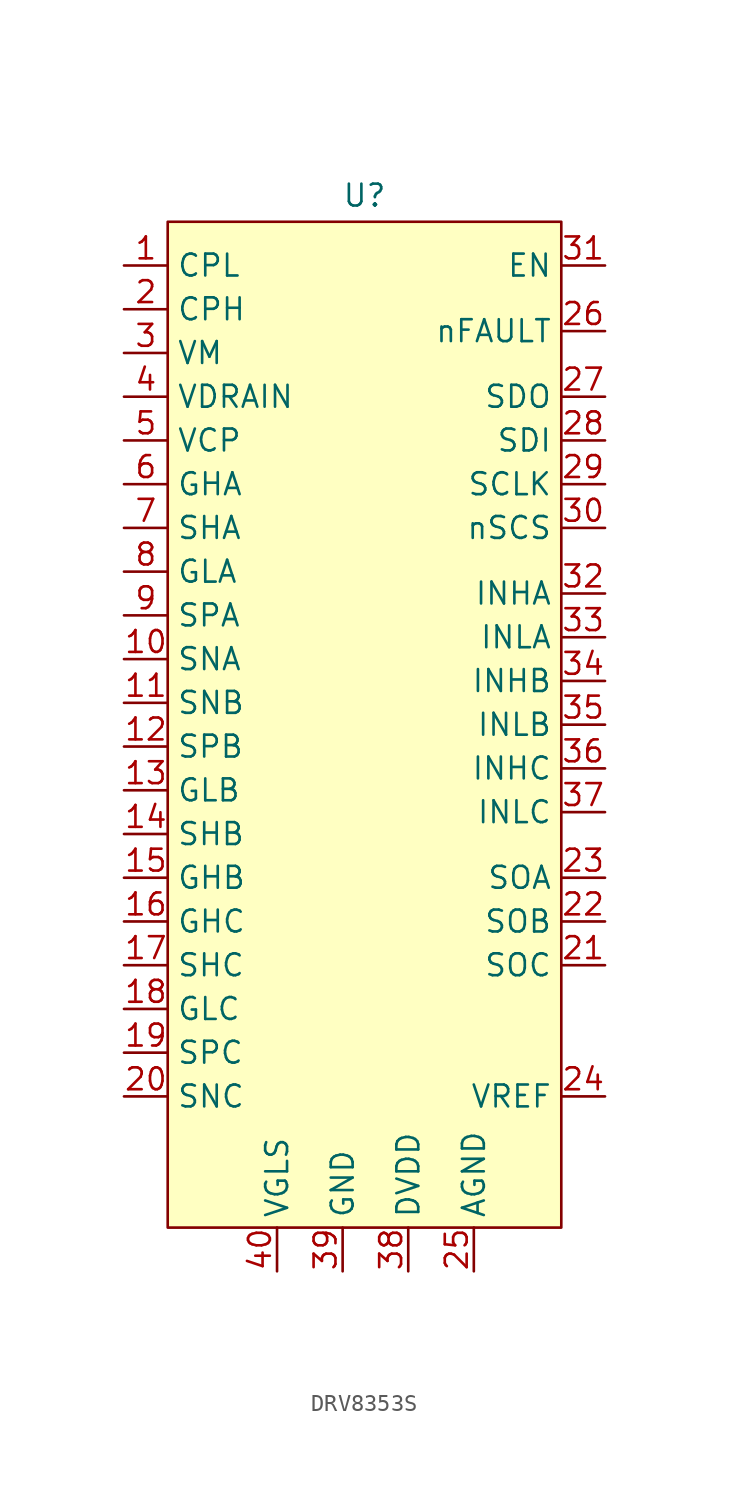
<source format=kicad_sym>
(kicad_symbol_lib
  (version 20241209)
  (generator "kicad_symbol_editor")
  (generator_version "9.0")
  (symbol "DRV8353S"
    (property "Reference" "U"
      (at 0 26.924 0)
      (effects (font (size 1.27 1.27))))
    (property "Value" ""
      (at 0 0 0)
      (effects (font (size 1.27 1.27))))
    (symbol "DRV8353S_0_1"
      (rectangle (start -11.43 25.4) (end 11.43 -33.02) (stroke (width 0) (type default)) (fill (type background))))
    (symbol "DRV8353S_1_1"
      (pin passive line (at -13.97 22.86 0) (length 2.54) (name "CPL" (effects (font (size 1.27 1.27)))) (number "1" (effects (font (size 1.27 1.27)))))
      (pin passive line (at -13.97 20.32 0) (length 2.54) (name "CPH" (effects (font (size 1.27 1.27)))) (number "2" (effects (font (size 1.27 1.27)))))
      (pin passive line (at -13.97 17.78 0) (length 2.54) (name "VM" (effects (font (size 1.27 1.27)))) (number "3" (effects (font (size 1.27 1.27)))))
      (pin passive line (at -13.97 15.24 0) (length 2.54) (name "VDRAIN" (effects (font (size 1.27 1.27)))) (number "4" (effects (font (size 1.27 1.27)))))
      (pin passive line (at -13.97 12.7 0) (length 2.54) (name "VCP" (effects (font (size 1.27 1.27)))) (number "5" (effects (font (size 1.27 1.27)))))
      (pin passive line (at -13.97 10.16 0) (length 2.54) (name "GHA" (effects (font (size 1.27 1.27)))) (number "6" (effects (font (size 1.27 1.27)))))
      (pin passive line (at -13.97 7.62 0) (length 2.54) (name "SHA" (effects (font (size 1.27 1.27)))) (number "7" (effects (font (size 1.27 1.27)))))
      (pin passive line (at -13.97 5.08 0) (length 2.54) (name "GLA" (effects (font (size 1.27 1.27)))) (number "8" (effects (font (size 1.27 1.27)))))
      (pin passive line (at -13.97 2.54 0) (length 2.54) (name "SPA" (effects (font (size 1.27 1.27)))) (number "9" (effects (font (size 1.27 1.27)))))
      (pin passive line (at -13.97 0 0) (length 2.54) (name "SNA" (effects (font (size 1.27 1.27)))) (number "10" (effects (font (size 1.27 1.27)))))
      (pin passive line (at -13.97 -2.54 0) (length 2.54) (name "SNB" (effects (font (size 1.27 1.27)))) (number "11" (effects (font (size 1.27 1.27)))))
      (pin passive line (at -13.97 -5.08 0) (length 2.54) (name "SPB" (effects (font (size 1.27 1.27)))) (number "12" (effects (font (size 1.27 1.27)))))
      (pin passive line (at -13.97 -7.62 0) (length 2.54) (name "GLB" (effects (font (size 1.27 1.27)))) (number "13" (effects (font (size 1.27 1.27)))))
      (pin passive line (at -13.97 -10.16 0) (length 2.54) (name "SHB" (effects (font (size 1.27 1.27)))) (number "14" (effects (font (size 1.27 1.27)))))
      (pin passive line (at -13.97 -12.7 0) (length 2.54) (name "GHB" (effects (font (size 1.27 1.27)))) (number "15" (effects (font (size 1.27 1.27)))))
      (pin passive line (at -13.97 -15.24 0) (length 2.54) (name "GHC" (effects (font (size 1.27 1.27)))) (number "16" (effects (font (size 1.27 1.27)))))
      (pin passive line (at -13.97 -17.78 0) (length 2.54) (name "SHC" (effects (font (size 1.27 1.27)))) (number "17" (effects (font (size 1.27 1.27)))))
      (pin passive line (at -13.97 -20.32 0) (length 2.54) (name "GLC" (effects (font (size 1.27 1.27)))) (number "18" (effects (font (size 1.27 1.27)))))
      (pin passive line (at -13.97 -22.86 0) (length 2.54) (name "SPC" (effects (font (size 1.27 1.27)))) (number "19" (effects (font (size 1.27 1.27)))))
      (pin passive line (at -13.97 -25.4 0) (length 2.54) (name "SNC" (effects (font (size 1.27 1.27)))) (number "20" (effects (font (size 1.27 1.27)))))
      (pin passive line (at -5.08 -35.56 90) (length 2.54) (name "VGLS" (effects (font (size 1.27 1.27)))) (number "40" (effects (font (size 1.27 1.27)))))
      (pin passive line (at -1.27 -35.56 90) (length 2.54) (name "GND" (effects (font (size 1.27 1.27)))) (number "39" (effects (font (size 1.27 1.27)))))
      (pin passive line (at 2.54 -35.56 90) (length 2.54) (name "DVDD" (effects (font (size 1.27 1.27)))) (number "38" (effects (font (size 1.27 1.27)))))
      (pin passive line (at 6.35 -35.56 90) (length 2.54) (name "AGND" (effects (font (size 1.27 1.27)))) (number "25" (effects (font (size 1.27 1.27)))))
      (pin passive line (at 13.97 22.86 180) (length 2.54) (name "EN" (effects (font (size 1.27 1.27)))) (number "31" (effects (font (size 1.27 1.27)))))
      (pin passive line (at 13.97 19.05 180) (length 2.54) (name "nFAULT" (effects (font (size 1.27 1.27)))) (number "26" (effects (font (size 1.27 1.27)))))
      (pin passive line (at 13.97 15.24 180) (length 2.54) (name "SDO" (effects (font (size 1.27 1.27)))) (number "27" (effects (font (size 1.27 1.27)))))
      (pin passive line (at 13.97 12.7 180) (length 2.54) (name "SDI" (effects (font (size 1.27 1.27)))) (number "28" (effects (font (size 1.27 1.27)))))
      (pin passive line (at 13.97 10.16 180) (length 2.54) (name "SCLK" (effects (font (size 1.27 1.27)))) (number "29" (effects (font (size 1.27 1.27)))))
      (pin passive line (at 13.97 7.62 180) (length 2.54) (name "nSCS" (effects (font (size 1.27 1.27)))) (number "30" (effects (font (size 1.27 1.27)))))
      (pin passive line (at 13.97 3.81 180) (length 2.54) (name "INHA" (effects (font (size 1.27 1.27)))) (number "32" (effects (font (size 1.27 1.27)))))
      (pin passive line (at 13.97 1.27 180) (length 2.54) (name "INLA" (effects (font (size 1.27 1.27)))) (number "33" (effects (font (size 1.27 1.27)))))
      (pin passive line (at 13.97 -1.27 180) (length 2.54) (name "INHB" (effects (font (size 1.27 1.27)))) (number "34" (effects (font (size 1.27 1.27)))))
      (pin passive line (at 13.97 -3.81 180) (length 2.54) (name "INLB" (effects (font (size 1.27 1.27)))) (number "35" (effects (font (size 1.27 1.27)))))
      (pin passive line (at 13.97 -6.35 180) (length 2.54) (name "INHC" (effects (font (size 1.27 1.27)))) (number "36" (effects (font (size 1.27 1.27)))))
      (pin passive line (at 13.97 -8.89 180) (length 2.54) (name "INLC" (effects (font (size 1.27 1.27)))) (number "37" (effects (font (size 1.27 1.27)))))
      (pin passive line (at 13.97 -12.7 180) (length 2.54) (name "SOA" (effects (font (size 1.27 1.27)))) (number "23" (effects (font (size 1.27 1.27)))))
      (pin passive line (at 13.97 -15.24 180) (length 2.54) (name "SOB" (effects (font (size 1.27 1.27)))) (number "22" (effects (font (size 1.27 1.27)))))
      (pin passive line (at 13.97 -17.78 180) (length 2.54) (name "SOC" (effects (font (size 1.27 1.27)))) (number "21" (effects (font (size 1.27 1.27)))))
      (pin passive line (at 13.97 -25.4 180) (length 2.54) (name "VREF" (effects (font (size 1.27 1.27)))) (number "24" (effects (font (size 1.27 1.27))))))))
</source>
